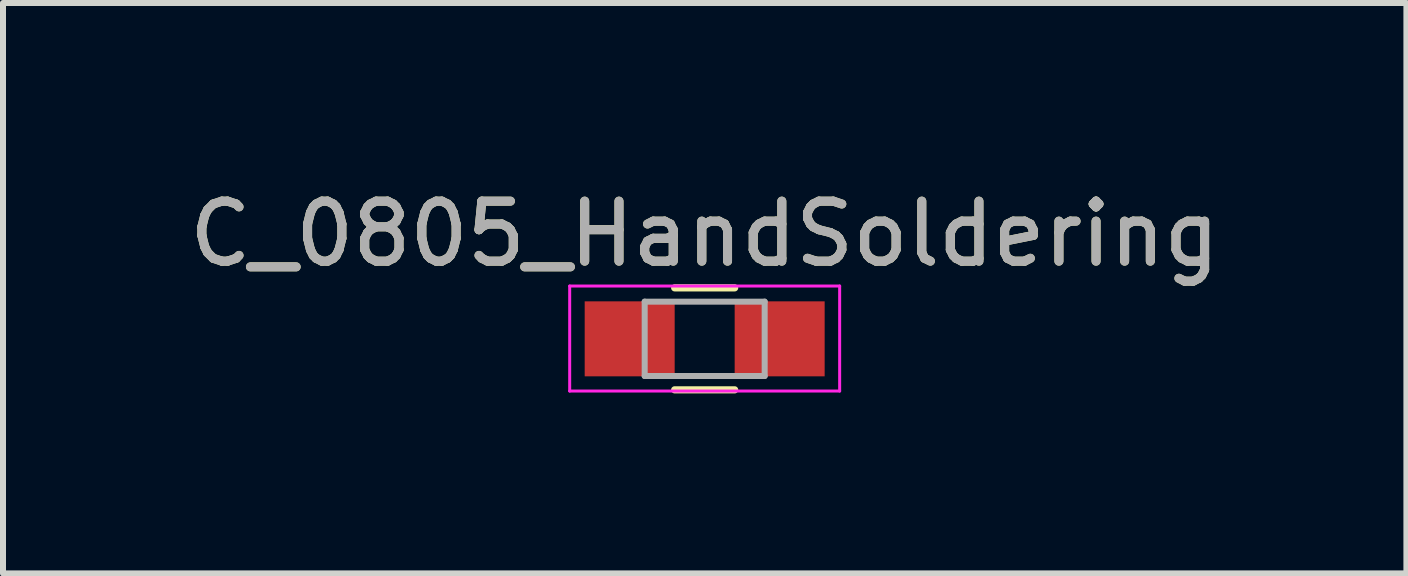
<source format=kicad_pcb>
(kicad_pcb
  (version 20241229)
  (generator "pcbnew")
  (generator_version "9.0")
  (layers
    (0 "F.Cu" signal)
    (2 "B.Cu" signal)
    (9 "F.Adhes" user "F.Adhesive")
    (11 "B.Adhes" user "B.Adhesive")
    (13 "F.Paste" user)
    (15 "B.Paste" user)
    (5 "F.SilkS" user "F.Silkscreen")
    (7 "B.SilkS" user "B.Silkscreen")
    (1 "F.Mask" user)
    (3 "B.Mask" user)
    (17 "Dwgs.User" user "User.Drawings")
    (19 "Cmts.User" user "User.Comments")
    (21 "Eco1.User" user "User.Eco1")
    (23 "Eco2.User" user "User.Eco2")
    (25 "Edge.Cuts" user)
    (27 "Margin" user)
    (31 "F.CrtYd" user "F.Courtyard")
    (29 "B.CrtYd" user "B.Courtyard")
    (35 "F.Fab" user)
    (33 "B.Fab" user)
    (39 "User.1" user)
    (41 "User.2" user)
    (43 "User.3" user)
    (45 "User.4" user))
  (footprint "C_0805_HandSoldering"
    (layer "F.Cu")
    (at 8.696 2.598)
    (property "Reference" "C_0805_HandSoldering" (at 0 -1.75 0) (layer "F.SilkS") (effects (font (size 1 1) (thickness 0.15))))
    (attr smd)
    (fp_line (start -0.5 0.85) (end 0.5 0.85) (stroke (width 0.12) (type solid)) (layer "F.SilkS"))
    (fp_line (start 0.5 -0.85) (end -0.5 -0.85) (stroke (width 0.12) (type solid)) (layer "F.SilkS"))
    (fp_line (start -2.25 -0.88) (end -2.25 0.87) (stroke (width 0.05) (type solid)) (layer "F.CrtYd"))
    (fp_line (start -2.25 -0.88) (end 2.25 -0.88) (stroke (width 0.05) (type solid)) (layer "F.CrtYd"))
    (fp_line (start 2.25 0.87) (end -2.25 0.87) (stroke (width 0.05) (type solid)) (layer "F.CrtYd"))
    (fp_line (start 2.25 0.87) (end 2.25 -0.88) (stroke (width 0.05) (type solid)) (layer "F.CrtYd"))
    (fp_line (start -1 -0.62) (end 1 -0.62) (stroke (width 0.1) (type solid)) (layer "F.Fab"))
    (fp_line (start -1 0.62) (end -1 -0.62) (stroke (width 0.1) (type solid)) (layer "F.Fab"))
    (fp_line (start 1 -0.62) (end 1 0.62) (stroke (width 0.1) (type solid)) (layer "F.Fab"))
    (fp_line (start 1 0.62) (end -1 0.62) (stroke (width 0.1) (type solid)) (layer "F.Fab"))
    (fp_text user "${REFERENCE}" (at 0 -1.75 0) (layer "F.Fab") (effects (font (size 1 1) (thickness 0.15))))
    (pad "1" smd rect (at -1.25 0) (size 1.5 1.25) (layers "F.Cu" "F.Mask"))
    (pad "2" smd rect (at 1.25 0) (size 1.5 1.25) (layers "F.Cu" "F.Mask")))
  (gr_rect
    (start -3 -3)
    (end 20.393 6.508)
    (stroke (width 0.1) (type default))
    (fill no)
    (layer "Edge.Cuts")))
</source>
